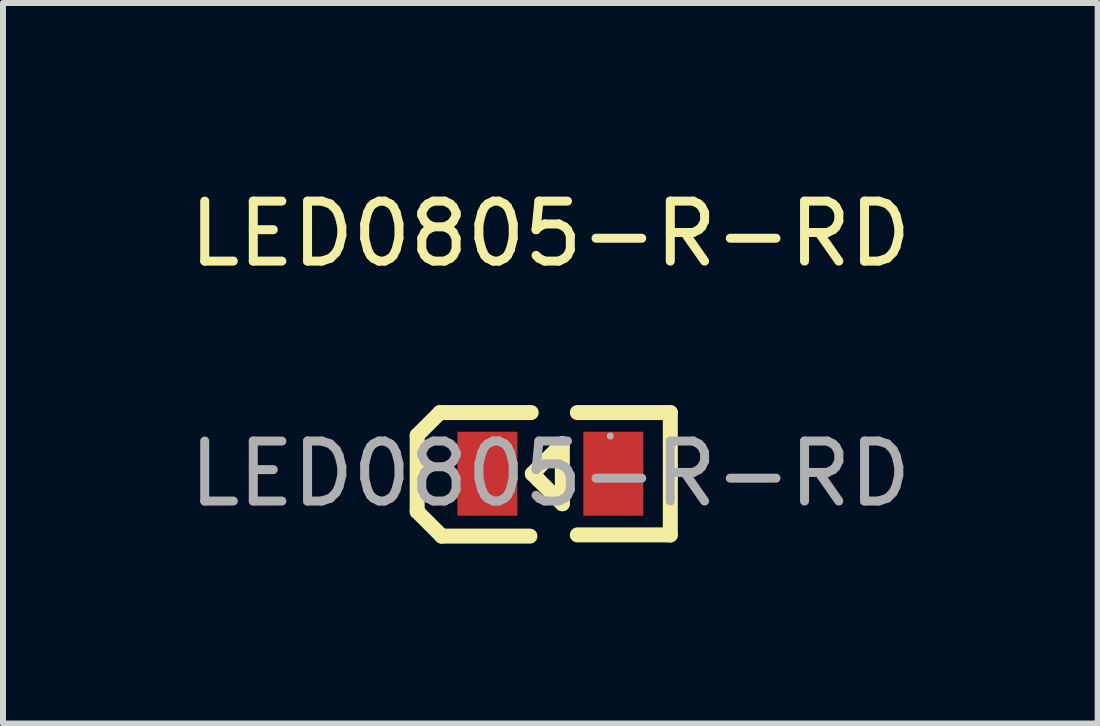
<source format=kicad_pcb>
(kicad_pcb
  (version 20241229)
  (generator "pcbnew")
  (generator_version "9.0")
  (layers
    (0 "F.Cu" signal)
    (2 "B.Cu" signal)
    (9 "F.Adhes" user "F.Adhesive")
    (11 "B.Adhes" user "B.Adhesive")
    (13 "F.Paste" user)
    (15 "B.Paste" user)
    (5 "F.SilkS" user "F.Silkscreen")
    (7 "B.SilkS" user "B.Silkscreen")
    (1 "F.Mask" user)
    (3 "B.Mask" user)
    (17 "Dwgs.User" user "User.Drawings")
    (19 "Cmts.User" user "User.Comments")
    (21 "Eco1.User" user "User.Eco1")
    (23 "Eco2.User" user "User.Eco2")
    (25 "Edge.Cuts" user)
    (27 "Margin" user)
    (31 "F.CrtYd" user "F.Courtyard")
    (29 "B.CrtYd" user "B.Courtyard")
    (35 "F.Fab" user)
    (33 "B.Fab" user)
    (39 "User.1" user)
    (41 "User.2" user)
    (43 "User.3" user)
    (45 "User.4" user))
  (footprint "LED0805-R-RD"
    (layer "F.Cu")
    (at 6.125 4.848)
    (property "Reference" "LED0805-R-RD" (at 0 -4 0) (layer "F.SilkS") (effects (font (size 1 1) (thickness 0.15))))
    (attr smd)
    (fp_line (start -2.22 -0.64) (end -1.84 -1.02) (stroke (width 0.25) (type solid)) (layer "F.SilkS"))
    (fp_line (start -2.22 0.63) (end -2.22 -0.64) (stroke (width 0.25) (type solid)) (layer "F.SilkS"))
    (fp_line (start -1.84 -1.02) (end -0.32 -1.02) (stroke (width 0.25) (type solid)) (layer "F.SilkS"))
    (fp_line (start -1.81 1.04) (end -2.22 0.63) (stroke (width 0.25) (type solid)) (layer "F.SilkS"))
    (fp_line (start -0.34 1.04) (end -1.81 1.04) (stroke (width 0.25) (type solid)) (layer "F.SilkS"))
    (fp_line (start -0.3 0) (end -0.2 0.1) (stroke (width 0.25) (type solid)) (layer "F.SilkS"))
    (fp_line (start -0.2 -0.1) (end -0.3 0) (stroke (width 0.25) (type solid)) (layer "F.SilkS"))
    (fp_line (start -0.2 0.1) (end 0.2 0.5) (stroke (width 0.25) (type solid)) (layer "F.SilkS"))
    (fp_line (start 0.2 -0.5) (end -0.2 -0.1) (stroke (width 0.25) (type solid)) (layer "F.SilkS"))
    (fp_line (start 0.2 -0.5) (end 0.2 0.5) (stroke (width 0.25) (type solid)) (layer "F.SilkS"))
    (fp_line (start 0.45 1.02) (end 2 1.02) (stroke (width 0.25) (type solid)) (layer "F.SilkS"))
    (fp_line (start 2 -1.02) (end 0.45 -1.02) (stroke (width 0.25) (type solid)) (layer "F.SilkS"))
    (fp_line (start 2 1.02) (end 2 -1.02) (stroke (width 0.25) (type solid)) (layer "F.SilkS"))
    (fp_circle (center 1 -0.63) (end 1.03 -0.63) (stroke (width 0.06) (type solid)) (fill no) (layer "F.Fab"))
    (fp_text user "${REFERENCE}" (at 0 0 0) (layer "F.Fab") (effects (font (size 1 1) (thickness 0.15))))
    (pad "1" smd rect (at 1.05 0 180) (size 1 1.4) (layers "F.Cu" "F.Mask" "F.Paste"))
    (pad "2" smd rect (at -1.05 0 180) (size 1 1.4) (layers "F.Cu" "F.Mask" "F.Paste")))
  (gr_rect
    (start -3 -3)
    (end 15.25 9.013)
    (stroke (width 0.1) (type default))
    (fill no)
    (layer "Edge.Cuts")))
</source>
